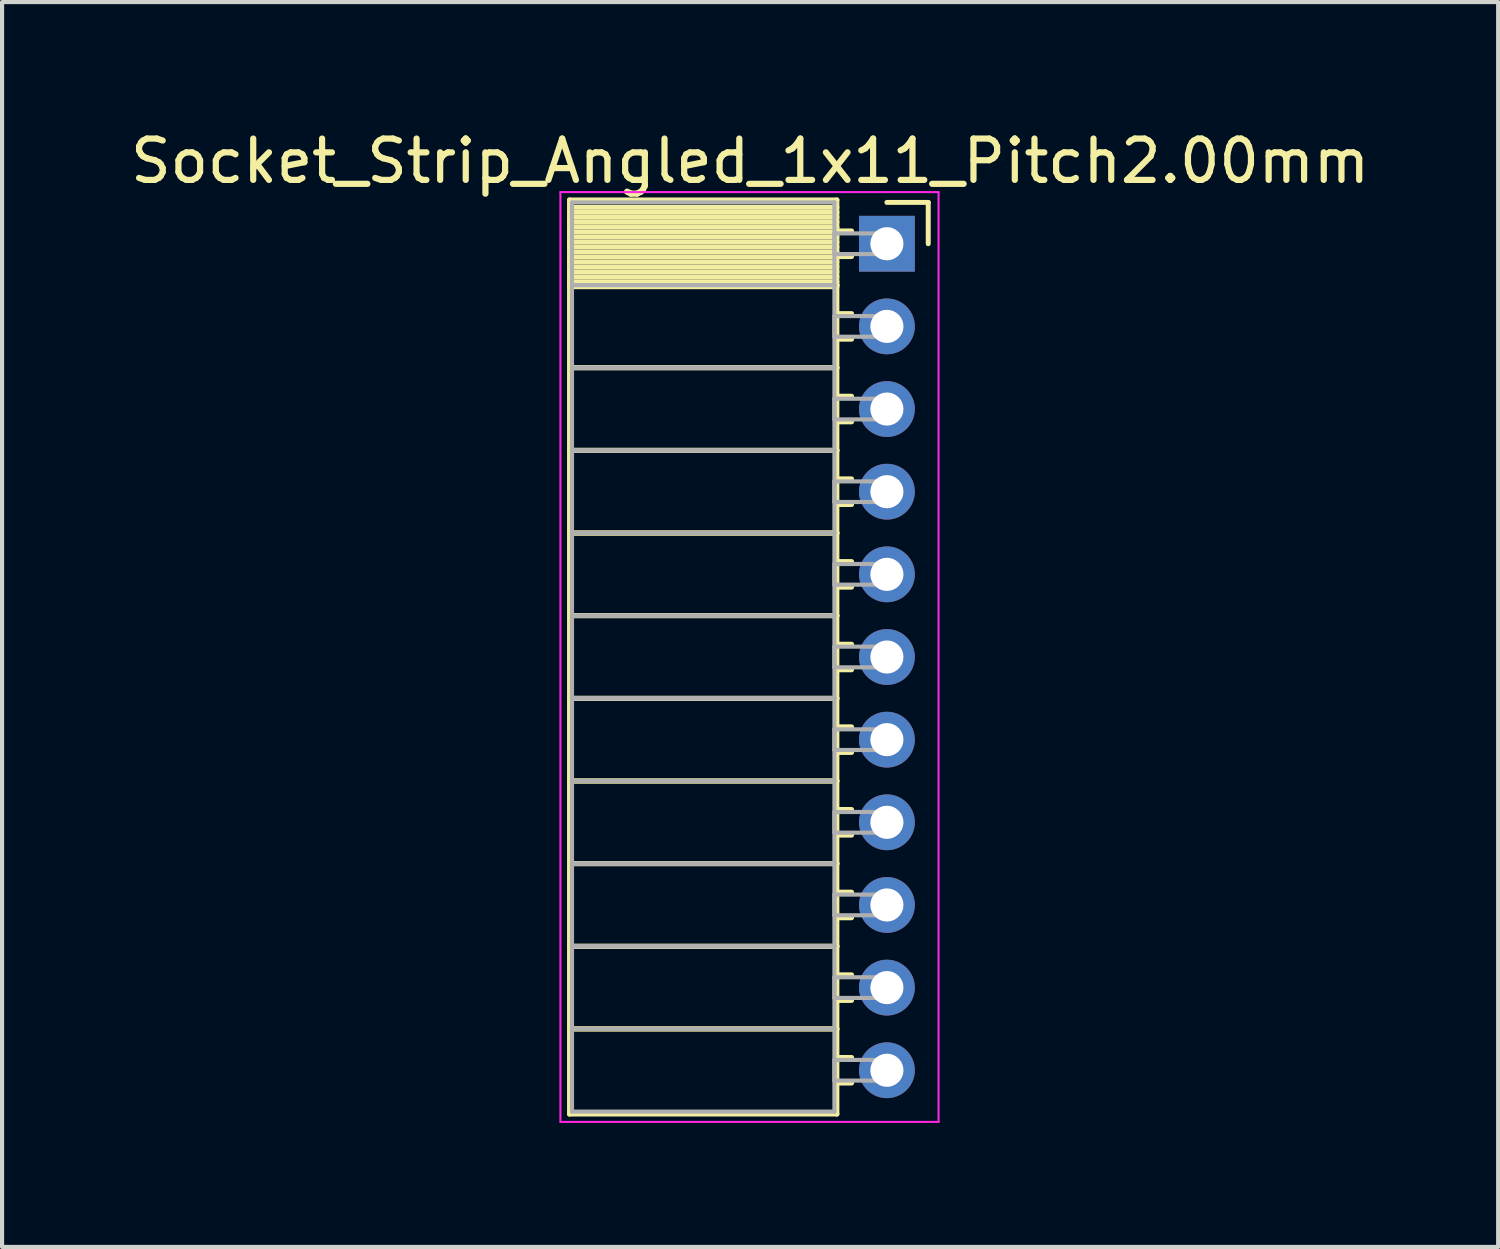
<source format=kicad_pcb>
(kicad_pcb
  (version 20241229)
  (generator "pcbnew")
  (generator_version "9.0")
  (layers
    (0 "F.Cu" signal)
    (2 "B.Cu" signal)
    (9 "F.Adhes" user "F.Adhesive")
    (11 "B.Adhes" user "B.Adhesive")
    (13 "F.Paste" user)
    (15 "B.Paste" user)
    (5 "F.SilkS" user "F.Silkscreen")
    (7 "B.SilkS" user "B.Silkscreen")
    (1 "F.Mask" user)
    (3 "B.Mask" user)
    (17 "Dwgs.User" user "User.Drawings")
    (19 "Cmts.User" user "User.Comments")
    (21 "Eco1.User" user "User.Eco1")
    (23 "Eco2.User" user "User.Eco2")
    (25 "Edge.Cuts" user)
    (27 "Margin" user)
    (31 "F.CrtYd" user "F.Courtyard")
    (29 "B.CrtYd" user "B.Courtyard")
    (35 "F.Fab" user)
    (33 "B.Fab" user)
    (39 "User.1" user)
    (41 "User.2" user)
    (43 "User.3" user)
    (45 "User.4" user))
  (footprint "Socket_Strip_Angled_1x11_Pitch2.00mm"
    (layer "F.Cu")
    (at 18.411 2.848)
    (property "Reference" "Socket_Strip_Angled_1x11_Pitch2.00mm" (at -3.31 -2 0) (layer "F.SilkS") (effects (font (size 1 1) (thickness 0.15))))
    (attr through_hole)
    (fp_line (start -7.68 -1.06) (end -1.21 -1.06) (stroke (width 0.12) (type solid)) (layer "F.SilkS"))
    (fp_line (start -7.68 1) (end -7.68 -1.06) (stroke (width 0.12) (type solid)) (layer "F.SilkS"))
    (fp_line (start -7.68 1) (end -1.21 1) (stroke (width 0.12) (type solid)) (layer "F.SilkS"))
    (fp_line (start -7.68 3) (end -7.68 1) (stroke (width 0.12) (type solid)) (layer "F.SilkS"))
    (fp_line (start -7.68 3) (end -1.21 3) (stroke (width 0.12) (type solid)) (layer "F.SilkS"))
    (fp_line (start -7.68 5) (end -7.68 3) (stroke (width 0.12) (type solid)) (layer "F.SilkS"))
    (fp_line (start -7.68 5) (end -1.21 5) (stroke (width 0.12) (type solid)) (layer "F.SilkS"))
    (fp_line (start -7.68 7) (end -7.68 5) (stroke (width 0.12) (type solid)) (layer "F.SilkS"))
    (fp_line (start -7.68 7) (end -1.21 7) (stroke (width 0.12) (type solid)) (layer "F.SilkS"))
    (fp_line (start -7.68 9) (end -7.68 7) (stroke (width 0.12) (type solid)) (layer "F.SilkS"))
    (fp_line (start -7.68 9) (end -1.21 9) (stroke (width 0.12) (type solid)) (layer "F.SilkS"))
    (fp_line (start -7.68 11) (end -7.68 9) (stroke (width 0.12) (type solid)) (layer "F.SilkS"))
    (fp_line (start -7.68 11) (end -1.21 11) (stroke (width 0.12) (type solid)) (layer "F.SilkS"))
    (fp_line (start -7.68 13) (end -7.68 11) (stroke (width 0.12) (type solid)) (layer "F.SilkS"))
    (fp_line (start -7.68 13) (end -1.21 13) (stroke (width 0.12) (type solid)) (layer "F.SilkS"))
    (fp_line (start -7.68 15) (end -7.68 13) (stroke (width 0.12) (type solid)) (layer "F.SilkS"))
    (fp_line (start -7.68 15) (end -1.21 15) (stroke (width 0.12) (type solid)) (layer "F.SilkS"))
    (fp_line (start -7.68 17) (end -7.68 15) (stroke (width 0.12) (type solid)) (layer "F.SilkS"))
    (fp_line (start -7.68 17) (end -1.21 17) (stroke (width 0.12) (type solid)) (layer "F.SilkS"))
    (fp_line (start -7.68 19) (end -7.68 17) (stroke (width 0.12) (type solid)) (layer "F.SilkS"))
    (fp_line (start -7.68 19) (end -1.21 19) (stroke (width 0.12) (type solid)) (layer "F.SilkS"))
    (fp_line (start -7.68 21.06) (end -7.68 19) (stroke (width 0.12) (type solid)) (layer "F.SilkS"))
    (fp_line (start -1.21 -1.06) (end -1.21 1) (stroke (width 0.12) (type solid)) (layer "F.SilkS"))
    (fp_line (start -1.21 -0.88) (end -7.68 -0.88) (stroke (width 0.12) (type solid)) (layer "F.SilkS"))
    (fp_line (start -1.21 -0.76) (end -7.68 -0.76) (stroke (width 0.12) (type solid)) (layer "F.SilkS"))
    (fp_line (start -1.21 -0.64) (end -7.68 -0.64) (stroke (width 0.12) (type solid)) (layer "F.SilkS"))
    (fp_line (start -1.21 -0.52) (end -7.68 -0.52) (stroke (width 0.12) (type solid)) (layer "F.SilkS"))
    (fp_line (start -1.21 -0.4) (end -7.68 -0.4) (stroke (width 0.12) (type solid)) (layer "F.SilkS"))
    (fp_line (start -1.21 -0.28) (end -7.68 -0.28) (stroke (width 0.12) (type solid)) (layer "F.SilkS"))
    (fp_line (start -1.21 -0.16) (end -7.68 -0.16) (stroke (width 0.12) (type solid)) (layer "F.SilkS"))
    (fp_line (start -1.21 -0.04) (end -7.68 -0.04) (stroke (width 0.12) (type solid)) (layer "F.SilkS"))
    (fp_line (start -1.21 0.08) (end -7.68 0.08) (stroke (width 0.12) (type solid)) (layer "F.SilkS"))
    (fp_line (start -1.21 0.2) (end -7.68 0.2) (stroke (width 0.12) (type solid)) (layer "F.SilkS"))
    (fp_line (start -1.21 0.32) (end -7.68 0.32) (stroke (width 0.12) (type solid)) (layer "F.SilkS"))
    (fp_line (start -1.21 0.44) (end -7.68 0.44) (stroke (width 0.12) (type solid)) (layer "F.SilkS"))
    (fp_line (start -1.21 0.56) (end -7.68 0.56) (stroke (width 0.12) (type solid)) (layer "F.SilkS"))
    (fp_line (start -1.21 0.68) (end -7.68 0.68) (stroke (width 0.12) (type solid)) (layer "F.SilkS"))
    (fp_line (start -1.21 0.8) (end -7.68 0.8) (stroke (width 0.12) (type solid)) (layer "F.SilkS"))
    (fp_line (start -1.21 0.92) (end -7.68 0.92) (stroke (width 0.12) (type solid)) (layer "F.SilkS"))
    (fp_line (start -1.21 1) (end -7.68 1) (stroke (width 0.12) (type solid)) (layer "F.SilkS"))
    (fp_line (start -1.21 1) (end -1.21 3) (stroke (width 0.12) (type solid)) (layer "F.SilkS"))
    (fp_line (start -1.21 1.04) (end -7.68 1.04) (stroke (width 0.12) (type solid)) (layer "F.SilkS"))
    (fp_line (start -1.21 3) (end -7.68 3) (stroke (width 0.12) (type solid)) (layer "F.SilkS"))
    (fp_line (start -1.21 3) (end -1.21 5) (stroke (width 0.12) (type solid)) (layer "F.SilkS"))
    (fp_line (start -1.21 5) (end -7.68 5) (stroke (width 0.12) (type solid)) (layer "F.SilkS"))
    (fp_line (start -1.21 5) (end -1.21 7) (stroke (width 0.12) (type solid)) (layer "F.SilkS"))
    (fp_line (start -1.21 7) (end -7.68 7) (stroke (width 0.12) (type solid)) (layer "F.SilkS"))
    (fp_line (start -1.21 7) (end -1.21 9) (stroke (width 0.12) (type solid)) (layer "F.SilkS"))
    (fp_line (start -1.21 9) (end -7.68 9) (stroke (width 0.12) (type solid)) (layer "F.SilkS"))
    (fp_line (start -1.21 9) (end -1.21 11) (stroke (width 0.12) (type solid)) (layer "F.SilkS"))
    (fp_line (start -1.21 11) (end -7.68 11) (stroke (width 0.12) (type solid)) (layer "F.SilkS"))
    (fp_line (start -1.21 11) (end -1.21 13) (stroke (width 0.12) (type solid)) (layer "F.SilkS"))
    (fp_line (start -1.21 13) (end -7.68 13) (stroke (width 0.12) (type solid)) (layer "F.SilkS"))
    (fp_line (start -1.21 13) (end -1.21 15) (stroke (width 0.12) (type solid)) (layer "F.SilkS"))
    (fp_line (start -1.21 15) (end -7.68 15) (stroke (width 0.12) (type solid)) (layer "F.SilkS"))
    (fp_line (start -1.21 15) (end -1.21 17) (stroke (width 0.12) (type solid)) (layer "F.SilkS"))
    (fp_line (start -1.21 17) (end -7.68 17) (stroke (width 0.12) (type solid)) (layer "F.SilkS"))
    (fp_line (start -1.21 17) (end -1.21 19) (stroke (width 0.12) (type solid)) (layer "F.SilkS"))
    (fp_line (start -1.21 19) (end -7.68 19) (stroke (width 0.12) (type solid)) (layer "F.SilkS"))
    (fp_line (start -1.21 19) (end -1.21 21.06) (stroke (width 0.12) (type solid)) (layer "F.SilkS"))
    (fp_line (start -1.21 21.06) (end -7.68 21.06) (stroke (width 0.12) (type solid)) (layer "F.SilkS"))
    (fp_line (start -0.855 -0.31) (end -1.21 -0.31) (stroke (width 0.12) (type solid)) (layer "F.SilkS"))
    (fp_line (start -0.855 0.31) (end -1.21 0.31) (stroke (width 0.12) (type solid)) (layer "F.SilkS"))
    (fp_line (start -0.855 1.69) (end -1.21 1.69) (stroke (width 0.12) (type solid)) (layer "F.SilkS"))
    (fp_line (start -0.855 2.31) (end -1.21 2.31) (stroke (width 0.12) (type solid)) (layer "F.SilkS"))
    (fp_line (start -0.855 3.69) (end -1.21 3.69) (stroke (width 0.12) (type solid)) (layer "F.SilkS"))
    (fp_line (start -0.855 4.31) (end -1.21 4.31) (stroke (width 0.12) (type solid)) (layer "F.SilkS"))
    (fp_line (start -0.855 5.69) (end -1.21 5.69) (stroke (width 0.12) (type solid)) (layer "F.SilkS"))
    (fp_line (start -0.855 6.31) (end -1.21 6.31) (stroke (width 0.12) (type solid)) (layer "F.SilkS"))
    (fp_line (start -0.855 7.69) (end -1.21 7.69) (stroke (width 0.12) (type solid)) (layer "F.SilkS"))
    (fp_line (start -0.855 8.31) (end -1.21 8.31) (stroke (width 0.12) (type solid)) (layer "F.SilkS"))
    (fp_line (start -0.855 9.69) (end -1.21 9.69) (stroke (width 0.12) (type solid)) (layer "F.SilkS"))
    (fp_line (start -0.855 10.31) (end -1.21 10.31) (stroke (width 0.12) (type solid)) (layer "F.SilkS"))
    (fp_line (start -0.855 11.69) (end -1.21 11.69) (stroke (width 0.12) (type solid)) (layer "F.SilkS"))
    (fp_line (start -0.855 12.31) (end -1.21 12.31) (stroke (width 0.12) (type solid)) (layer "F.SilkS"))
    (fp_line (start -0.855 13.69) (end -1.21 13.69) (stroke (width 0.12) (type solid)) (layer "F.SilkS"))
    (fp_line (start -0.855 14.31) (end -1.21 14.31) (stroke (width 0.12) (type solid)) (layer "F.SilkS"))
    (fp_line (start -0.855 15.69) (end -1.21 15.69) (stroke (width 0.12) (type solid)) (layer "F.SilkS"))
    (fp_line (start -0.855 16.31) (end -1.21 16.31) (stroke (width 0.12) (type solid)) (layer "F.SilkS"))
    (fp_line (start -0.855 17.69) (end -1.21 17.69) (stroke (width 0.12) (type solid)) (layer "F.SilkS"))
    (fp_line (start -0.855 18.31) (end -1.21 18.31) (stroke (width 0.12) (type solid)) (layer "F.SilkS"))
    (fp_line (start -0.855 19.69) (end -1.21 19.69) (stroke (width 0.12) (type solid)) (layer "F.SilkS"))
    (fp_line (start -0.855 20.31) (end -1.21 20.31) (stroke (width 0.12) (type solid)) (layer "F.SilkS"))
    (fp_line (start 0 -1) (end 1 -1) (stroke (width 0.12) (type solid)) (layer "F.SilkS"))
    (fp_line (start 1 -1) (end 1 0) (stroke (width 0.12) (type solid)) (layer "F.SilkS"))
    (fp_line (start -7.9 -1.25) (end 1.25 -1.25) (stroke (width 0.05) (type solid)) (layer "F.CrtYd"))
    (fp_line (start -7.9 21.25) (end -7.9 -1.25) (stroke (width 0.05) (type solid)) (layer "F.CrtYd"))
    (fp_line (start 1.25 -1.25) (end 1.25 21.25) (stroke (width 0.05) (type solid)) (layer "F.CrtYd"))
    (fp_line (start 1.25 21.25) (end -7.9 21.25) (stroke (width 0.05) (type solid)) (layer "F.CrtYd"))
    (fp_line (start -7.62 -1) (end -1.27 -1) (stroke (width 0.1) (type solid)) (layer "F.Fab"))
    (fp_line (start -7.62 1) (end -7.62 -1) (stroke (width 0.1) (type solid)) (layer "F.Fab"))
    (fp_line (start -7.62 1) (end -1.27 1) (stroke (width 0.1) (type solid)) (layer "F.Fab"))
    (fp_line (start -7.62 3) (end -7.62 1) (stroke (width 0.1) (type solid)) (layer "F.Fab"))
    (fp_line (start -7.62 3) (end -1.27 3) (stroke (width 0.1) (type solid)) (layer "F.Fab"))
    (fp_line (start -7.62 5) (end -7.62 3) (stroke (width 0.1) (type solid)) (layer "F.Fab"))
    (fp_line (start -7.62 5) (end -1.27 5) (stroke (width 0.1) (type solid)) (layer "F.Fab"))
    (fp_line (start -7.62 7) (end -7.62 5) (stroke (width 0.1) (type solid)) (layer "F.Fab"))
    (fp_line (start -7.62 7) (end -1.27 7) (stroke (width 0.1) (type solid)) (layer "F.Fab"))
    (fp_line (start -7.62 9) (end -7.62 7) (stroke (width 0.1) (type solid)) (layer "F.Fab"))
    (fp_line (start -7.62 9) (end -1.27 9) (stroke (width 0.1) (type solid)) (layer "F.Fab"))
    (fp_line (start -7.62 11) (end -7.62 9) (stroke (width 0.1) (type solid)) (layer "F.Fab"))
    (fp_line (start -7.62 11) (end -1.27 11) (stroke (width 0.1) (type solid)) (layer "F.Fab"))
    (fp_line (start -7.62 13) (end -7.62 11) (stroke (width 0.1) (type solid)) (layer "F.Fab"))
    (fp_line (start -7.62 13) (end -1.27 13) (stroke (width 0.1) (type solid)) (layer "F.Fab"))
    (fp_line (start -7.62 15) (end -7.62 13) (stroke (width 0.1) (type solid)) (layer "F.Fab"))
    (fp_line (start -7.62 15) (end -1.27 15) (stroke (width 0.1) (type solid)) (layer "F.Fab"))
    (fp_line (start -7.62 17) (end -7.62 15) (stroke (width 0.1) (type solid)) (layer "F.Fab"))
    (fp_line (start -7.62 17) (end -1.27 17) (stroke (width 0.1) (type solid)) (layer "F.Fab"))
    (fp_line (start -7.62 19) (end -7.62 17) (stroke (width 0.1) (type solid)) (layer "F.Fab"))
    (fp_line (start -7.62 19) (end -1.27 19) (stroke (width 0.1) (type solid)) (layer "F.Fab"))
    (fp_line (start -7.62 21) (end -7.62 19) (stroke (width 0.1) (type solid)) (layer "F.Fab"))
    (fp_line (start -1.27 -1) (end -1.27 1) (stroke (width 0.1) (type solid)) (layer "F.Fab"))
    (fp_line (start -1.27 -0.25) (end 0 -0.25) (stroke (width 0.1) (type solid)) (layer "F.Fab"))
    (fp_line (start -1.27 0.25) (end -1.27 -0.25) (stroke (width 0.1) (type solid)) (layer "F.Fab"))
    (fp_line (start -1.27 1) (end -7.62 1) (stroke (width 0.1) (type solid)) (layer "F.Fab"))
    (fp_line (start -1.27 1) (end -1.27 3) (stroke (width 0.1) (type solid)) (layer "F.Fab"))
    (fp_line (start -1.27 1.75) (end 0 1.75) (stroke (width 0.1) (type solid)) (layer "F.Fab"))
    (fp_line (start -1.27 2.25) (end -1.27 1.75) (stroke (width 0.1) (type solid)) (layer "F.Fab"))
    (fp_line (start -1.27 3) (end -7.62 3) (stroke (width 0.1) (type solid)) (layer "F.Fab"))
    (fp_line (start -1.27 3) (end -1.27 5) (stroke (width 0.1) (type solid)) (layer "F.Fab"))
    (fp_line (start -1.27 3.75) (end 0 3.75) (stroke (width 0.1) (type solid)) (layer "F.Fab"))
    (fp_line (start -1.27 4.25) (end -1.27 3.75) (stroke (width 0.1) (type solid)) (layer "F.Fab"))
    (fp_line (start -1.27 5) (end -7.62 5) (stroke (width 0.1) (type solid)) (layer "F.Fab"))
    (fp_line (start -1.27 5) (end -1.27 7) (stroke (width 0.1) (type solid)) (layer "F.Fab"))
    (fp_line (start -1.27 5.75) (end 0 5.75) (stroke (width 0.1) (type solid)) (layer "F.Fab"))
    (fp_line (start -1.27 6.25) (end -1.27 5.75) (stroke (width 0.1) (type solid)) (layer "F.Fab"))
    (fp_line (start -1.27 7) (end -7.62 7) (stroke (width 0.1) (type solid)) (layer "F.Fab"))
    (fp_line (start -1.27 7) (end -1.27 9) (stroke (width 0.1) (type solid)) (layer "F.Fab"))
    (fp_line (start -1.27 7.75) (end 0 7.75) (stroke (width 0.1) (type solid)) (layer "F.Fab"))
    (fp_line (start -1.27 8.25) (end -1.27 7.75) (stroke (width 0.1) (type solid)) (layer "F.Fab"))
    (fp_line (start -1.27 9) (end -7.62 9) (stroke (width 0.1) (type solid)) (layer "F.Fab"))
    (fp_line (start -1.27 9) (end -1.27 11) (stroke (width 0.1) (type solid)) (layer "F.Fab"))
    (fp_line (start -1.27 9.75) (end 0 9.75) (stroke (width 0.1) (type solid)) (layer "F.Fab"))
    (fp_line (start -1.27 10.25) (end -1.27 9.75) (stroke (width 0.1) (type solid)) (layer "F.Fab"))
    (fp_line (start -1.27 11) (end -7.62 11) (stroke (width 0.1) (type solid)) (layer "F.Fab"))
    (fp_line (start -1.27 11) (end -1.27 13) (stroke (width 0.1) (type solid)) (layer "F.Fab"))
    (fp_line (start -1.27 11.75) (end 0 11.75) (stroke (width 0.1) (type solid)) (layer "F.Fab"))
    (fp_line (start -1.27 12.25) (end -1.27 11.75) (stroke (width 0.1) (type solid)) (layer "F.Fab"))
    (fp_line (start -1.27 13) (end -7.62 13) (stroke (width 0.1) (type solid)) (layer "F.Fab"))
    (fp_line (start -1.27 13) (end -1.27 15) (stroke (width 0.1) (type solid)) (layer "F.Fab"))
    (fp_line (start -1.27 13.75) (end 0 13.75) (stroke (width 0.1) (type solid)) (layer "F.Fab"))
    (fp_line (start -1.27 14.25) (end -1.27 13.75) (stroke (width 0.1) (type solid)) (layer "F.Fab"))
    (fp_line (start -1.27 15) (end -7.62 15) (stroke (width 0.1) (type solid)) (layer "F.Fab"))
    (fp_line (start -1.27 15) (end -1.27 17) (stroke (width 0.1) (type solid)) (layer "F.Fab"))
    (fp_line (start -1.27 15.75) (end 0 15.75) (stroke (width 0.1) (type solid)) (layer "F.Fab"))
    (fp_line (start -1.27 16.25) (end -1.27 15.75) (stroke (width 0.1) (type solid)) (layer "F.Fab"))
    (fp_line (start -1.27 17) (end -7.62 17) (stroke (width 0.1) (type solid)) (layer "F.Fab"))
    (fp_line (start -1.27 17) (end -1.27 19) (stroke (width 0.1) (type solid)) (layer "F.Fab"))
    (fp_line (start -1.27 17.75) (end 0 17.75) (stroke (width 0.1) (type solid)) (layer "F.Fab"))
    (fp_line (start -1.27 18.25) (end -1.27 17.75) (stroke (width 0.1) (type solid)) (layer "F.Fab"))
    (fp_line (start -1.27 19) (end -7.62 19) (stroke (width 0.1) (type solid)) (layer "F.Fab"))
    (fp_line (start -1.27 19) (end -1.27 21) (stroke (width 0.1) (type solid)) (layer "F.Fab"))
    (fp_line (start -1.27 19.75) (end 0 19.75) (stroke (width 0.1) (type solid)) (layer "F.Fab"))
    (fp_line (start -1.27 20.25) (end -1.27 19.75) (stroke (width 0.1) (type solid)) (layer "F.Fab"))
    (fp_line (start -1.27 21) (end -7.62 21) (stroke (width 0.1) (type solid)) (layer "F.Fab"))
    (fp_line (start 0 -0.25) (end 0 0.25) (stroke (width 0.1) (type solid)) (layer "F.Fab"))
    (fp_line (start 0 0.25) (end -1.27 0.25) (stroke (width 0.1) (type solid)) (layer "F.Fab"))
    (fp_line (start 0 1.75) (end 0 2.25) (stroke (width 0.1) (type solid)) (layer "F.Fab"))
    (fp_line (start 0 2.25) (end -1.27 2.25) (stroke (width 0.1) (type solid)) (layer "F.Fab"))
    (fp_line (start 0 3.75) (end 0 4.25) (stroke (width 0.1) (type solid)) (layer "F.Fab"))
    (fp_line (start 0 4.25) (end -1.27 4.25) (stroke (width 0.1) (type solid)) (layer "F.Fab"))
    (fp_line (start 0 5.75) (end 0 6.25) (stroke (width 0.1) (type solid)) (layer "F.Fab"))
    (fp_line (start 0 6.25) (end -1.27 6.25) (stroke (width 0.1) (type solid)) (layer "F.Fab"))
    (fp_line (start 0 7.75) (end 0 8.25) (stroke (width 0.1) (type solid)) (layer "F.Fab"))
    (fp_line (start 0 8.25) (end -1.27 8.25) (stroke (width 0.1) (type solid)) (layer "F.Fab"))
    (fp_line (start 0 9.75) (end 0 10.25) (stroke (width 0.1) (type solid)) (layer "F.Fab"))
    (fp_line (start 0 10.25) (end -1.27 10.25) (stroke (width 0.1) (type solid)) (layer "F.Fab"))
    (fp_line (start 0 11.75) (end 0 12.25) (stroke (width 0.1) (type solid)) (layer "F.Fab"))
    (fp_line (start 0 12.25) (end -1.27 12.25) (stroke (width 0.1) (type solid)) (layer "F.Fab"))
    (fp_line (start 0 13.75) (end 0 14.25) (stroke (width 0.1) (type solid)) (layer "F.Fab"))
    (fp_line (start 0 14.25) (end -1.27 14.25) (stroke (width 0.1) (type solid)) (layer "F.Fab"))
    (fp_line (start 0 15.75) (end 0 16.25) (stroke (width 0.1) (type solid)) (layer "F.Fab"))
    (fp_line (start 0 16.25) (end -1.27 16.25) (stroke (width 0.1) (type solid)) (layer "F.Fab"))
    (fp_line (start 0 17.75) (end 0 18.25) (stroke (width 0.1) (type solid)) (layer "F.Fab"))
    (fp_line (start 0 18.25) (end -1.27 18.25) (stroke (width 0.1) (type solid)) (layer "F.Fab"))
    (fp_line (start 0 19.75) (end 0 20.25) (stroke (width 0.1) (type solid)) (layer "F.Fab"))
    (fp_line (start 0 20.25) (end -1.27 20.25) (stroke (width 0.1) (type solid)) (layer "F.Fab"))
    (pad "1" thru_hole rect (at 0 0) (size 1.35 1.35) (drill 0.8) (layers "*.Cu" "*.Mask"))
    (pad "2" thru_hole oval (at 0 2) (size 1.35 1.35) (drill 0.8) (layers "*.Cu" "*.Mask"))
    (pad "3" thru_hole oval (at 0 4) (size 1.35 1.35) (drill 0.8) (layers "*.Cu" "*.Mask"))
    (pad "4" thru_hole oval (at 0 6) (size 1.35 1.35) (drill 0.8) (layers "*.Cu" "*.Mask"))
    (pad "5" thru_hole oval (at 0 8) (size 1.35 1.35) (drill 0.8) (layers "*.Cu" "*.Mask"))
    (pad "6" thru_hole oval (at 0 10) (size 1.35 1.35) (drill 0.8) (layers "*.Cu" "*.Mask"))
    (pad "7" thru_hole oval (at 0 12) (size 1.35 1.35) (drill 0.8) (layers "*.Cu" "*.Mask"))
    (pad "8" thru_hole oval (at 0 14) (size 1.35 1.35) (drill 0.8) (layers "*.Cu" "*.Mask"))
    (pad "9" thru_hole oval (at 0 16) (size 1.35 1.35) (drill 0.8) (layers "*.Cu" "*.Mask"))
    (pad "10" thru_hole oval (at 0 18) (size 1.35 1.35) (drill 0.8) (layers "*.Cu" "*.Mask"))
    (pad "11" thru_hole oval (at 0 20) (size 1.35 1.35) (drill 0.8) (layers "*.Cu" "*.Mask")))
  (gr_rect
    (start -3 -3)
    (end 33.202 27.123)
    (stroke (width 0.1) (type default))
    (fill no)
    (layer "Edge.Cuts")))
</source>
